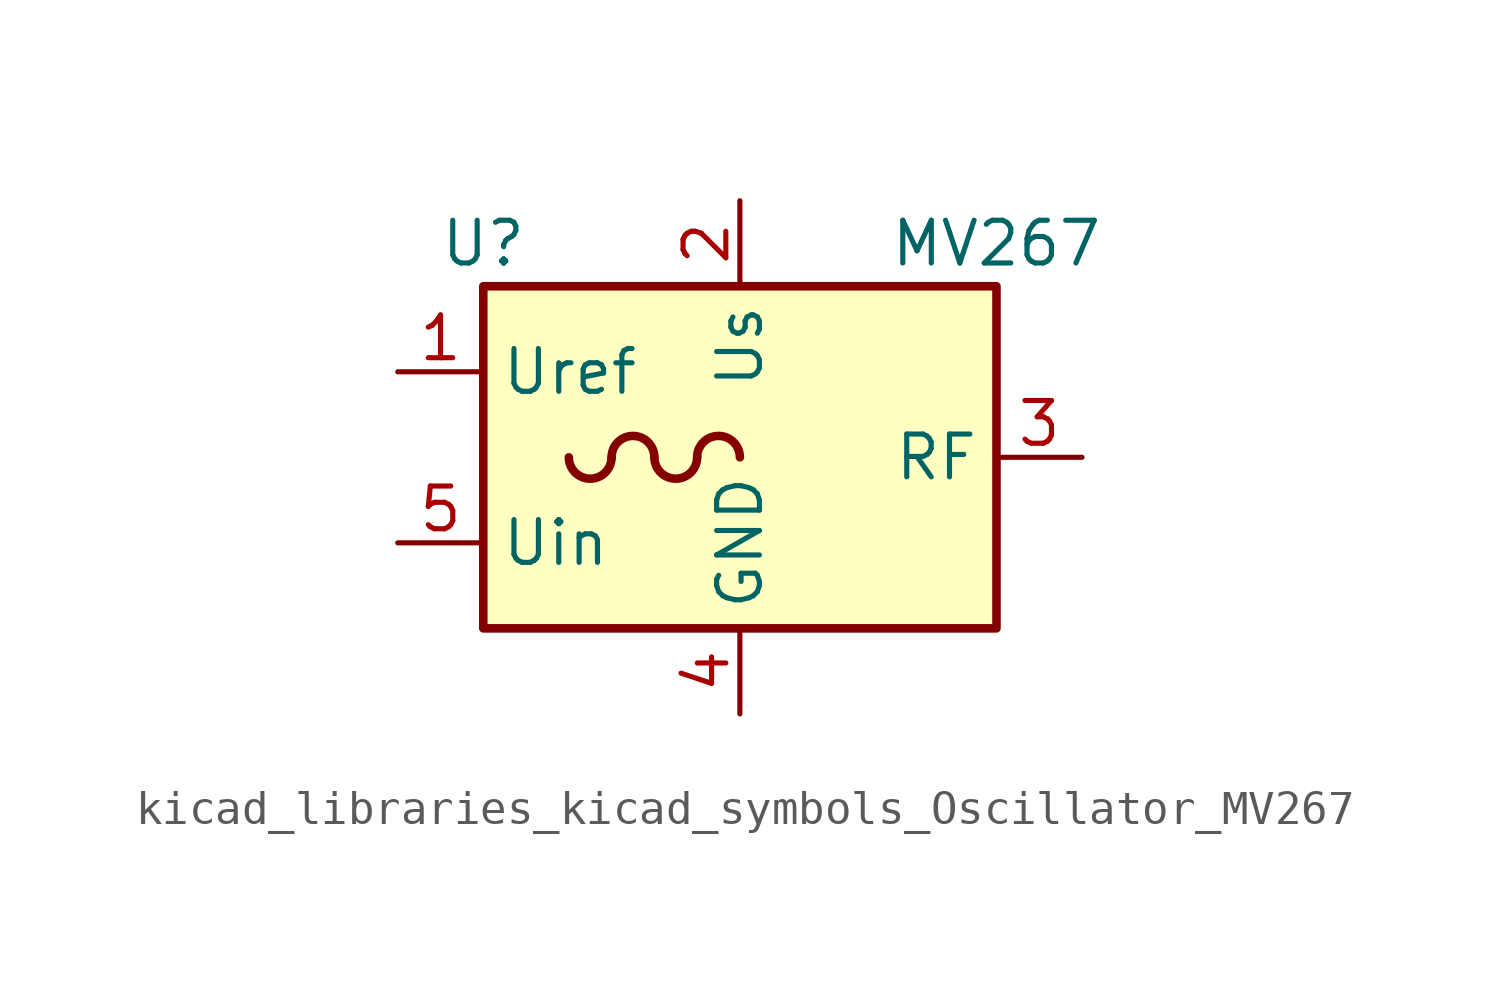
<source format=kicad_sym>
(kicad_symbol_lib
  (version 20220914)
  (generator kicad_symbol_editor)
  (symbol "kicad_libraries_kicad_symbols_Oscillator_MV267"
    (property "Reference" "U"
      (at -7.62 6.35 0)
      (effects (font (size 1.27 1.27))))
    (property "Value" "MV267"
      (at 7.62 6.35 0)
      (effects (font (size 1.27 1.27))))
    (symbol "kicad_libraries_kicad_symbols_Oscillator_MV267_0_1"
      (rectangle (start -7.62 5.08) (end 7.62 -5.08) (stroke (width 0.254) (type default)) (fill (type background)))
      (arc (start -5.08 0) (mid -4.445 -0.6323) (end -3.81 0) (stroke (width 0.254) (type default)) (fill (type none)))
      (arc (start -2.54 0) (mid -3.175 0.6323) (end -3.81 0) (stroke (width 0.254) (type default)) (fill (type none)))
      (arc (start -2.54 0) (mid -1.905 -0.6323) (end -1.27 0) (stroke (width 0.254) (type default)) (fill (type none)))
      (arc (start 0 0) (mid -0.635 0.6323) (end -1.27 0) (stroke (width 0.254) (type default)) (fill (type none))))
    (symbol "kicad_libraries_kicad_symbols_Oscillator_MV267_1_1"
      (pin output line (at -10.16 2.54 0) (length 2.54) (name "Uref" (effects (font (size 1.27 1.27)))) (number "1" (effects (font (size 1.27 1.27)))))
      (pin power_in line (at 0 7.62 270) (length 2.54) (name "Us" (effects (font (size 1.27 1.27)))) (number "2" (effects (font (size 1.27 1.27)))))
      (pin output line (at 10.16 0 180) (length 2.54) (name "RF" (effects (font (size 1.27 1.27)))) (number "3" (effects (font (size 1.27 1.27)))))
      (pin power_in line (at 0 -7.62 90) (length 2.54) (name "GND" (effects (font (size 1.27 1.27)))) (number "4" (effects (font (size 1.27 1.27)))))
      (pin input line (at -10.16 -2.54 0) (length 2.54) (name "Uin" (effects (font (size 1.27 1.27)))) (number "5" (effects (font (size 1.27 1.27))))))))
</source>
